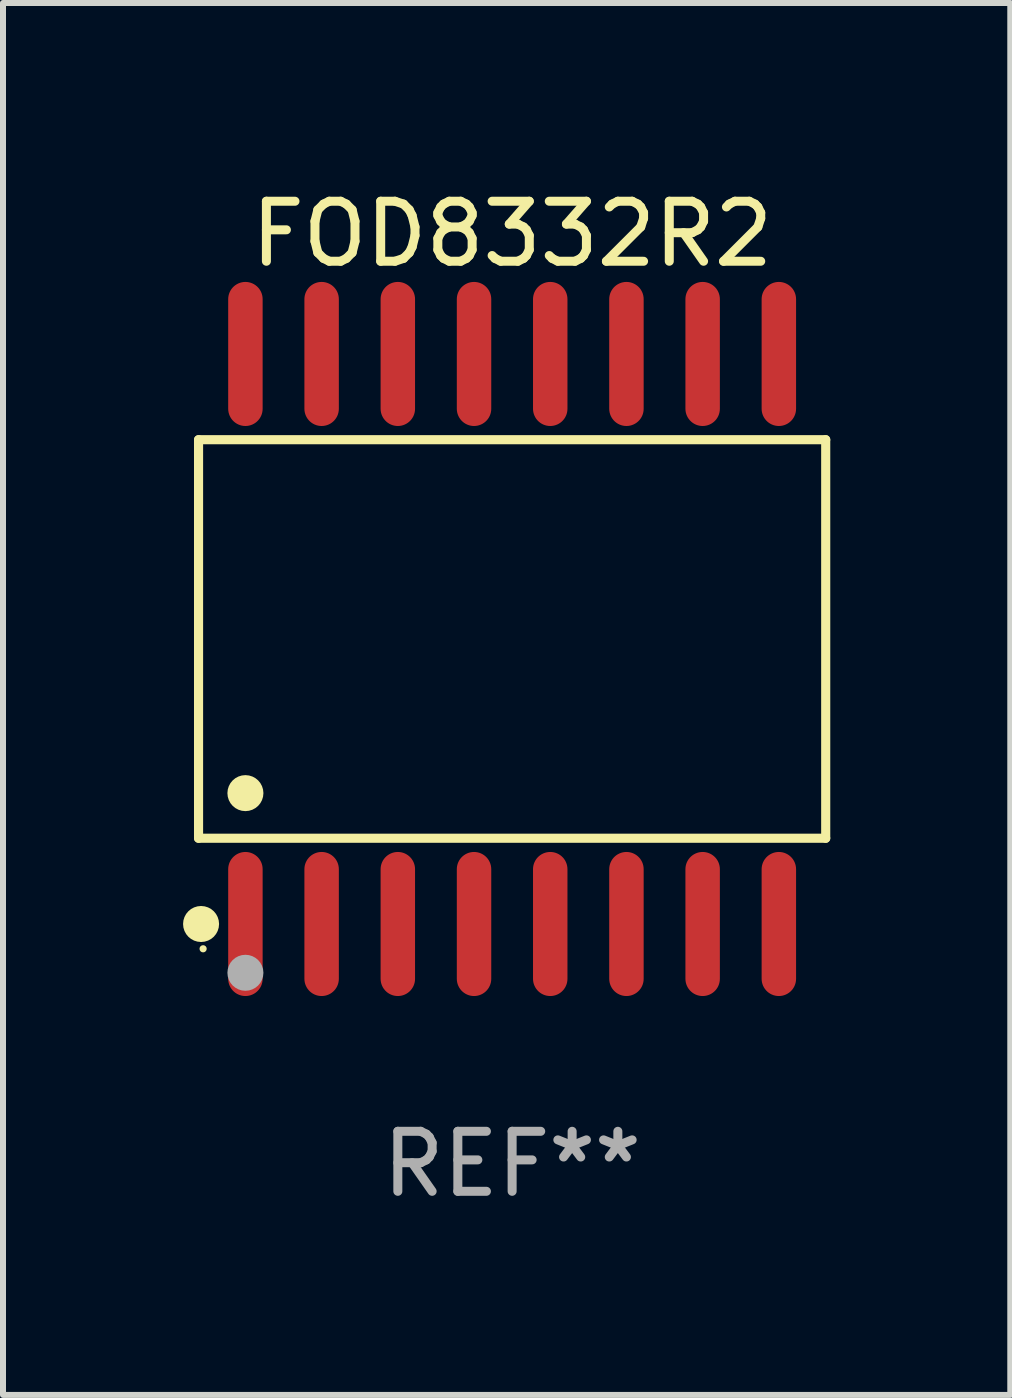
<source format=kicad_pcb>
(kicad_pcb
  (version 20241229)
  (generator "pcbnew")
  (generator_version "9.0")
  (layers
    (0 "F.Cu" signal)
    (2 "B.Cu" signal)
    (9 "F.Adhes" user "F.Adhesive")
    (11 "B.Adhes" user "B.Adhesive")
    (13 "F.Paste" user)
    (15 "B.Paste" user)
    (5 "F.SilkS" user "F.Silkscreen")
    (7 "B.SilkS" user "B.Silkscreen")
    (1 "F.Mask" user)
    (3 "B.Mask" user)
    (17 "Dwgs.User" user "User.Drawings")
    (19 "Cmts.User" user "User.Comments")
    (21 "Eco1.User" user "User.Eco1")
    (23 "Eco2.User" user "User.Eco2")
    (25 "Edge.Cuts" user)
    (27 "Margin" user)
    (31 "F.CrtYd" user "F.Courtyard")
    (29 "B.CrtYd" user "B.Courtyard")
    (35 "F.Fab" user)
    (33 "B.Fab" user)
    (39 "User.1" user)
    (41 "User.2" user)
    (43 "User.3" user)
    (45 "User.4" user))
  (footprint "FOD8332R2"
    (layer "F.Cu")
    (at 5.485 7.599)
    (property "Reference" "FOD8332R2" (at 0 -6.75 0) (layer "F.SilkS") (effects (font (size 1 1) (thickness 0.15))))
    (attr through_hole)
    (fp_line (start -5.226 -3.321) (end 5.226 -3.321) (stroke (width 0.152) (type solid)) (layer "F.SilkS"))
    (fp_line (start -5.226 3.321) (end -5.226 -3.321) (stroke (width 0.152) (type solid)) (layer "F.SilkS"))
    (fp_line (start 5.226 -3.321) (end 5.226 3.321) (stroke (width 0.152) (type solid)) (layer "F.SilkS"))
    (fp_line (start 5.226 3.321) (end -5.226 3.321) (stroke (width 0.152) (type solid)) (layer "F.SilkS"))
    (fp_circle (center -5.184 4.75) (end -5.034 4.75) (stroke (width 0.3) (type solid)) (fill no) (layer "F.SilkS"))
    (fp_circle (center -5.15 5.163) (end -5.12 5.163) (stroke (width 0.06) (type solid)) (fill no) (layer "F.SilkS"))
    (fp_circle (center -4.445 2.569) (end -4.295 2.569) (stroke (width 0.3) (type solid)) (fill no) (layer "F.SilkS"))
    (fp_circle (center -4.445 5.563) (end -4.295 5.563) (stroke (width 0.3) (type solid)) (fill no) (layer "F.Fab"))
    (fp_text user "REF**" (at 0 8.75 0) (layer "F.Fab") (effects (font (size 1 1) (thickness 0.15))))
    (pad "1" smd oval (at -4.445 4.75) (size 0.574 2.401) (layers "F.Cu" "F.Mask" "F.Paste"))
    (pad "2" smd oval (at -3.175 4.75) (size 0.574 2.401) (layers "F.Cu" "F.Mask" "F.Paste"))
    (pad "3" smd oval (at -1.905 4.75) (size 0.574 2.401) (layers "F.Cu" "F.Mask" "F.Paste"))
    (pad "4" smd oval (at -0.635 4.75) (size 0.574 2.401) (layers "F.Cu" "F.Mask" "F.Paste"))
    (pad "5" smd oval (at 0.635 4.75) (size 0.574 2.401) (layers "F.Cu" "F.Mask" "F.Paste"))
    (pad "6" smd oval (at 1.905 4.75) (size 0.574 2.401) (layers "F.Cu" "F.Mask" "F.Paste"))
    (pad "7" smd oval (at 3.175 4.75) (size 0.574 2.401) (layers "F.Cu" "F.Mask" "F.Paste"))
    (pad "8" smd oval (at 4.445 4.75) (size 0.574 2.401) (layers "F.Cu" "F.Mask" "F.Paste"))
    (pad "9" smd oval (at 4.445 -4.75) (size 0.574 2.401) (layers "F.Cu" "F.Mask" "F.Paste"))
    (pad "10" smd oval (at 3.175 -4.75) (size 0.574 2.401) (layers "F.Cu" "F.Mask" "F.Paste"))
    (pad "11" smd oval (at 1.905 -4.75) (size 0.574 2.401) (layers "F.Cu" "F.Mask" "F.Paste"))
    (pad "12" smd oval (at 0.635 -4.75) (size 0.574 2.401) (layers "F.Cu" "F.Mask" "F.Paste"))
    (pad "13" smd oval (at -0.635 -4.75) (size 0.574 2.401) (layers "F.Cu" "F.Mask" "F.Paste"))
    (pad "14" smd oval (at -1.905 -4.75) (size 0.574 2.401) (layers "F.Cu" "F.Mask" "F.Paste"))
    (pad "15" smd oval (at -3.175 -4.75) (size 0.574 2.401) (layers "F.Cu" "F.Mask" "F.Paste"))
    (pad "16" smd oval (at -4.445 -4.75) (size 0.574 2.401) (layers "F.Cu" "F.Mask" "F.Paste")))
  (gr_rect
    (start -3 -3)
    (end 13.787 20.197)
    (stroke (width 0.1) (type default))
    (fill no)
    (layer "Edge.Cuts")))
</source>
